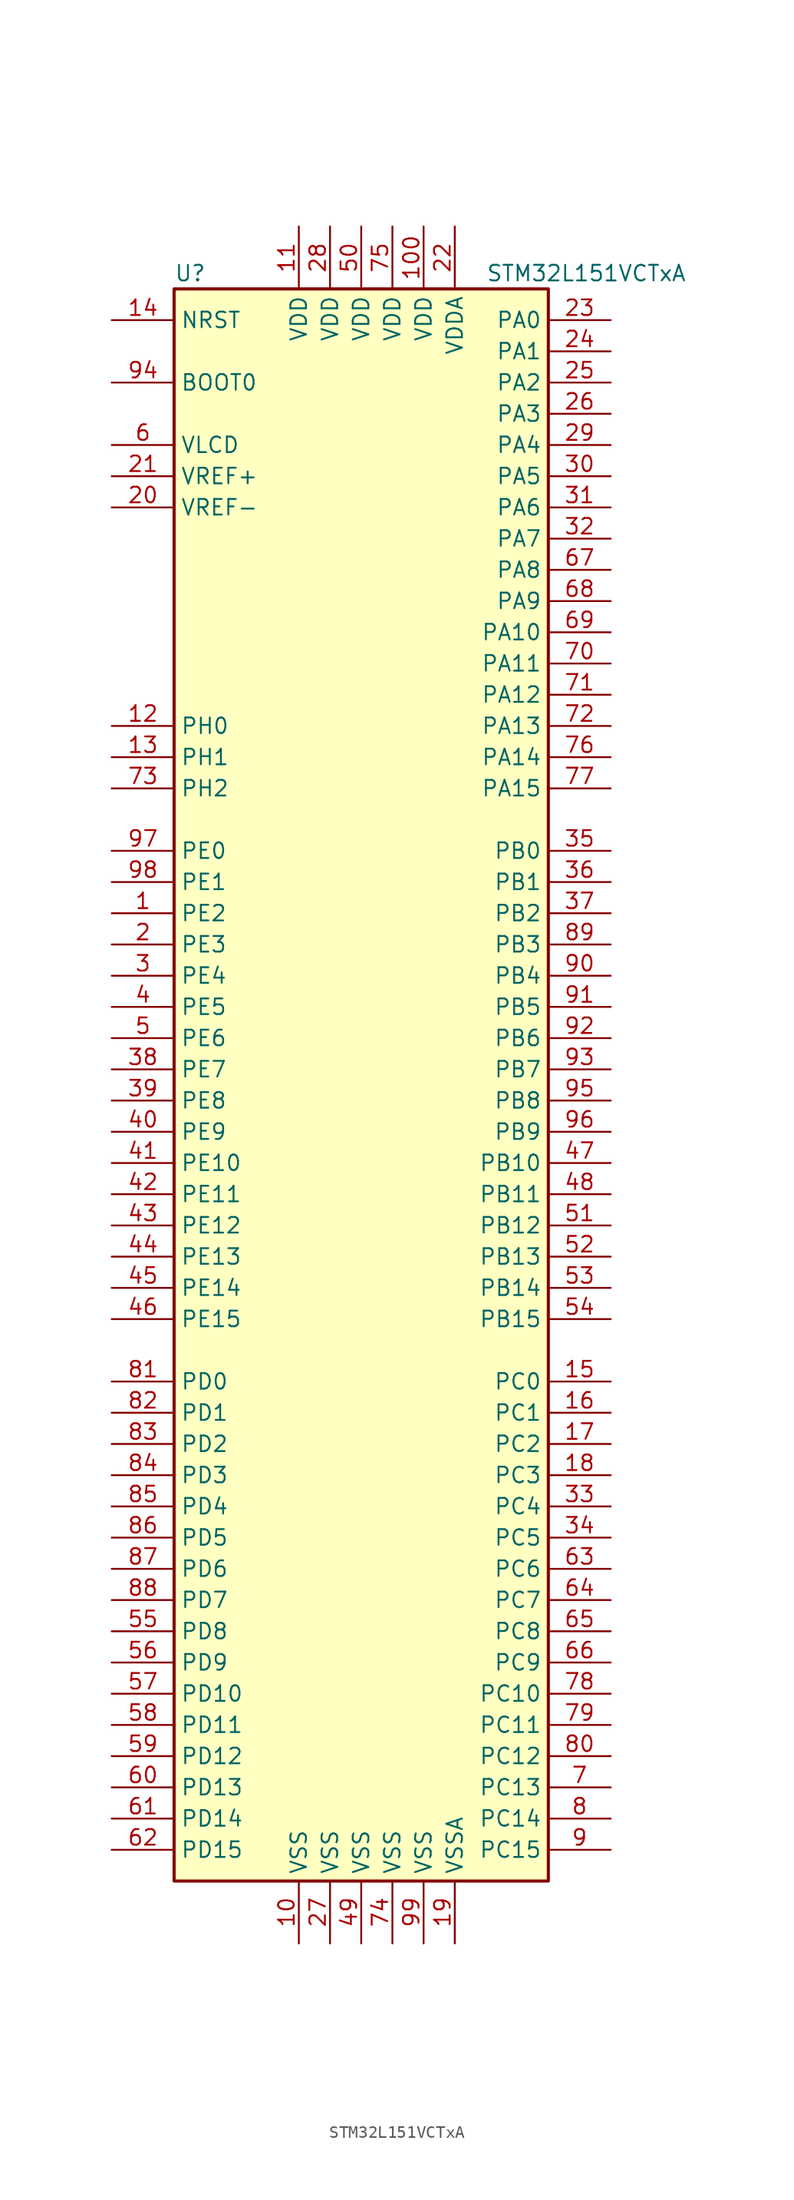
<source format=kicad_sym>
(kicad_symbol_lib
  (version 20211014)
  (generator kicad_symbol_editor)
  (symbol "STM32L151VCTxA"
    (property "Reference" "U"
      (at -15.24 64.77 0)
      (effects (font (size 1.27 1.27)) (justify left)))
    (property "Value" "STM32L151VCTxA"
      (at 10.16 64.77 0)
      (effects (font (size 1.27 1.27)) (justify left)))
    (symbol "STM32L151VCTxA_0_1"
      (rectangle (start -15.24 -66.04) (end 15.24 63.5) (stroke (width 0.254) (type default) (color 0 0 0 0)) (fill (type background))))
    (symbol "STM32L151VCTxA_1_1"
      (pin bidirectional line (at -20.32 12.7 0) (length 5.08) (name "PE2" (effects (font (size 1.27 1.27)))) (number "1" (effects (font (size 1.27 1.27)))))
      (pin power_in line (at -5.08 -71.12 90) (length 5.08) (name "VSS" (effects (font (size 1.27 1.27)))) (number "10" (effects (font (size 1.27 1.27)))))
      (pin power_in line (at 5.08 68.58 270) (length 5.08) (name "VDD" (effects (font (size 1.27 1.27)))) (number "100" (effects (font (size 1.27 1.27)))))
      (pin power_in line (at -5.08 68.58 270) (length 5.08) (name "VDD" (effects (font (size 1.27 1.27)))) (number "11" (effects (font (size 1.27 1.27)))))
      (pin input line (at -20.32 27.94 0) (length 5.08) (name "PH0" (effects (font (size 1.27 1.27)))) (number "12" (effects (font (size 1.27 1.27)))))
      (pin input line (at -20.32 25.4 0) (length 5.08) (name "PH1" (effects (font (size 1.27 1.27)))) (number "13" (effects (font (size 1.27 1.27)))))
      (pin input line (at -20.32 60.96 0) (length 5.08) (name "NRST" (effects (font (size 1.27 1.27)))) (number "14" (effects (font (size 1.27 1.27)))))
      (pin bidirectional line (at 20.32 -25.4 180) (length 5.08) (name "PC0" (effects (font (size 1.27 1.27)))) (number "15" (effects (font (size 1.27 1.27)))))
      (pin bidirectional line (at 20.32 -27.94 180) (length 5.08) (name "PC1" (effects (font (size 1.27 1.27)))) (number "16" (effects (font (size 1.27 1.27)))))
      (pin bidirectional line (at 20.32 -30.48 180) (length 5.08) (name "PC2" (effects (font (size 1.27 1.27)))) (number "17" (effects (font (size 1.27 1.27)))))
      (pin bidirectional line (at 20.32 -33.02 180) (length 5.08) (name "PC3" (effects (font (size 1.27 1.27)))) (number "18" (effects (font (size 1.27 1.27)))))
      (pin power_in line (at 7.62 -71.12 90) (length 5.08) (name "VSSA" (effects (font (size 1.27 1.27)))) (number "19" (effects (font (size 1.27 1.27)))))
      (pin bidirectional line (at -20.32 10.16 0) (length 5.08) (name "PE3" (effects (font (size 1.27 1.27)))) (number "2" (effects (font (size 1.27 1.27)))))
      (pin power_in line (at -20.32 45.72 0) (length 5.08) (name "VREF-" (effects (font (size 1.27 1.27)))) (number "20" (effects (font (size 1.27 1.27)))))
      (pin power_in line (at -20.32 48.26 0) (length 5.08) (name "VREF+" (effects (font (size 1.27 1.27)))) (number "21" (effects (font (size 1.27 1.27)))))
      (pin power_in line (at 7.62 68.58 270) (length 5.08) (name "VDDA" (effects (font (size 1.27 1.27)))) (number "22" (effects (font (size 1.27 1.27)))))
      (pin bidirectional line (at 20.32 60.96 180) (length 5.08) (name "PA0" (effects (font (size 1.27 1.27)))) (number "23" (effects (font (size 1.27 1.27)))))
      (pin bidirectional line (at 20.32 58.42 180) (length 5.08) (name "PA1" (effects (font (size 1.27 1.27)))) (number "24" (effects (font (size 1.27 1.27)))))
      (pin bidirectional line (at 20.32 55.88 180) (length 5.08) (name "PA2" (effects (font (size 1.27 1.27)))) (number "25" (effects (font (size 1.27 1.27)))))
      (pin bidirectional line (at 20.32 53.34 180) (length 5.08) (name "PA3" (effects (font (size 1.27 1.27)))) (number "26" (effects (font (size 1.27 1.27)))))
      (pin power_in line (at -2.54 -71.12 90) (length 5.08) (name "VSS" (effects (font (size 1.27 1.27)))) (number "27" (effects (font (size 1.27 1.27)))))
      (pin power_in line (at -2.54 68.58 270) (length 5.08) (name "VDD" (effects (font (size 1.27 1.27)))) (number "28" (effects (font (size 1.27 1.27)))))
      (pin bidirectional line (at 20.32 50.8 180) (length 5.08) (name "PA4" (effects (font (size 1.27 1.27)))) (number "29" (effects (font (size 1.27 1.27)))))
      (pin bidirectional line (at -20.32 7.62 0) (length 5.08) (name "PE4" (effects (font (size 1.27 1.27)))) (number "3" (effects (font (size 1.27 1.27)))))
      (pin bidirectional line (at 20.32 48.26 180) (length 5.08) (name "PA5" (effects (font (size 1.27 1.27)))) (number "30" (effects (font (size 1.27 1.27)))))
      (pin bidirectional line (at 20.32 45.72 180) (length 5.08) (name "PA6" (effects (font (size 1.27 1.27)))) (number "31" (effects (font (size 1.27 1.27)))))
      (pin bidirectional line (at 20.32 43.18 180) (length 5.08) (name "PA7" (effects (font (size 1.27 1.27)))) (number "32" (effects (font (size 1.27 1.27)))))
      (pin bidirectional line (at 20.32 -35.56 180) (length 5.08) (name "PC4" (effects (font (size 1.27 1.27)))) (number "33" (effects (font (size 1.27 1.27)))))
      (pin bidirectional line (at 20.32 -38.1 180) (length 5.08) (name "PC5" (effects (font (size 1.27 1.27)))) (number "34" (effects (font (size 1.27 1.27)))))
      (pin bidirectional line (at 20.32 17.78 180) (length 5.08) (name "PB0" (effects (font (size 1.27 1.27)))) (number "35" (effects (font (size 1.27 1.27)))))
      (pin bidirectional line (at 20.32 15.24 180) (length 5.08) (name "PB1" (effects (font (size 1.27 1.27)))) (number "36" (effects (font (size 1.27 1.27)))))
      (pin bidirectional line (at 20.32 12.7 180) (length 5.08) (name "PB2" (effects (font (size 1.27 1.27)))) (number "37" (effects (font (size 1.27 1.27)))))
      (pin bidirectional line (at -20.32 0 0) (length 5.08) (name "PE7" (effects (font (size 1.27 1.27)))) (number "38" (effects (font (size 1.27 1.27)))))
      (pin bidirectional line (at -20.32 -2.54 0) (length 5.08) (name "PE8" (effects (font (size 1.27 1.27)))) (number "39" (effects (font (size 1.27 1.27)))))
      (pin bidirectional line (at -20.32 5.08 0) (length 5.08) (name "PE5" (effects (font (size 1.27 1.27)))) (number "4" (effects (font (size 1.27 1.27)))))
      (pin bidirectional line (at -20.32 -5.08 0) (length 5.08) (name "PE9" (effects (font (size 1.27 1.27)))) (number "40" (effects (font (size 1.27 1.27)))))
      (pin bidirectional line (at -20.32 -7.62 0) (length 5.08) (name "PE10" (effects (font (size 1.27 1.27)))) (number "41" (effects (font (size 1.27 1.27)))))
      (pin bidirectional line (at -20.32 -10.16 0) (length 5.08) (name "PE11" (effects (font (size 1.27 1.27)))) (number "42" (effects (font (size 1.27 1.27)))))
      (pin bidirectional line (at -20.32 -12.7 0) (length 5.08) (name "PE12" (effects (font (size 1.27 1.27)))) (number "43" (effects (font (size 1.27 1.27)))))
      (pin bidirectional line (at -20.32 -15.24 0) (length 5.08) (name "PE13" (effects (font (size 1.27 1.27)))) (number "44" (effects (font (size 1.27 1.27)))))
      (pin bidirectional line (at -20.32 -17.78 0) (length 5.08) (name "PE14" (effects (font (size 1.27 1.27)))) (number "45" (effects (font (size 1.27 1.27)))))
      (pin bidirectional line (at -20.32 -20.32 0) (length 5.08) (name "PE15" (effects (font (size 1.27 1.27)))) (number "46" (effects (font (size 1.27 1.27)))))
      (pin bidirectional line (at 20.32 -7.62 180) (length 5.08) (name "PB10" (effects (font (size 1.27 1.27)))) (number "47" (effects (font (size 1.27 1.27)))))
      (pin bidirectional line (at 20.32 -10.16 180) (length 5.08) (name "PB11" (effects (font (size 1.27 1.27)))) (number "48" (effects (font (size 1.27 1.27)))))
      (pin power_in line (at 0 -71.12 90) (length 5.08) (name "VSS" (effects (font (size 1.27 1.27)))) (number "49" (effects (font (size 1.27 1.27)))))
      (pin bidirectional line (at -20.32 2.54 0) (length 5.08) (name "PE6" (effects (font (size 1.27 1.27)))) (number "5" (effects (font (size 1.27 1.27)))))
      (pin power_in line (at 0 68.58 270) (length 5.08) (name "VDD" (effects (font (size 1.27 1.27)))) (number "50" (effects (font (size 1.27 1.27)))))
      (pin bidirectional line (at 20.32 -12.7 180) (length 5.08) (name "PB12" (effects (font (size 1.27 1.27)))) (number "51" (effects (font (size 1.27 1.27)))))
      (pin bidirectional line (at 20.32 -15.24 180) (length 5.08) (name "PB13" (effects (font (size 1.27 1.27)))) (number "52" (effects (font (size 1.27 1.27)))))
      (pin bidirectional line (at 20.32 -17.78 180) (length 5.08) (name "PB14" (effects (font (size 1.27 1.27)))) (number "53" (effects (font (size 1.27 1.27)))))
      (pin bidirectional line (at 20.32 -20.32 180) (length 5.08) (name "PB15" (effects (font (size 1.27 1.27)))) (number "54" (effects (font (size 1.27 1.27)))))
      (pin bidirectional line (at -20.32 -45.72 0) (length 5.08) (name "PD8" (effects (font (size 1.27 1.27)))) (number "55" (effects (font (size 1.27 1.27)))))
      (pin bidirectional line (at -20.32 -48.26 0) (length 5.08) (name "PD9" (effects (font (size 1.27 1.27)))) (number "56" (effects (font (size 1.27 1.27)))))
      (pin bidirectional line (at -20.32 -50.8 0) (length 5.08) (name "PD10" (effects (font (size 1.27 1.27)))) (number "57" (effects (font (size 1.27 1.27)))))
      (pin bidirectional line (at -20.32 -53.34 0) (length 5.08) (name "PD11" (effects (font (size 1.27 1.27)))) (number "58" (effects (font (size 1.27 1.27)))))
      (pin bidirectional line (at -20.32 -55.88 0) (length 5.08) (name "PD12" (effects (font (size 1.27 1.27)))) (number "59" (effects (font (size 1.27 1.27)))))
      (pin power_in line (at -20.32 50.8 0) (length 5.08) (name "VLCD" (effects (font (size 1.27 1.27)))) (number "6" (effects (font (size 1.27 1.27)))))
      (pin bidirectional line (at -20.32 -58.42 0) (length 5.08) (name "PD13" (effects (font (size 1.27 1.27)))) (number "60" (effects (font (size 1.27 1.27)))))
      (pin bidirectional line (at -20.32 -60.96 0) (length 5.08) (name "PD14" (effects (font (size 1.27 1.27)))) (number "61" (effects (font (size 1.27 1.27)))))
      (pin bidirectional line (at -20.32 -63.5 0) (length 5.08) (name "PD15" (effects (font (size 1.27 1.27)))) (number "62" (effects (font (size 1.27 1.27)))))
      (pin bidirectional line (at 20.32 -40.64 180) (length 5.08) (name "PC6" (effects (font (size 1.27 1.27)))) (number "63" (effects (font (size 1.27 1.27)))))
      (pin bidirectional line (at 20.32 -43.18 180) (length 5.08) (name "PC7" (effects (font (size 1.27 1.27)))) (number "64" (effects (font (size 1.27 1.27)))))
      (pin bidirectional line (at 20.32 -45.72 180) (length 5.08) (name "PC8" (effects (font (size 1.27 1.27)))) (number "65" (effects (font (size 1.27 1.27)))))
      (pin bidirectional line (at 20.32 -48.26 180) (length 5.08) (name "PC9" (effects (font (size 1.27 1.27)))) (number "66" (effects (font (size 1.27 1.27)))))
      (pin bidirectional line (at 20.32 40.64 180) (length 5.08) (name "PA8" (effects (font (size 1.27 1.27)))) (number "67" (effects (font (size 1.27 1.27)))))
      (pin bidirectional line (at 20.32 38.1 180) (length 5.08) (name "PA9" (effects (font (size 1.27 1.27)))) (number "68" (effects (font (size 1.27 1.27)))))
      (pin bidirectional line (at 20.32 35.56 180) (length 5.08) (name "PA10" (effects (font (size 1.27 1.27)))) (number "69" (effects (font (size 1.27 1.27)))))
      (pin bidirectional line (at 20.32 -58.42 180) (length 5.08) (name "PC13" (effects (font (size 1.27 1.27)))) (number "7" (effects (font (size 1.27 1.27)))))
      (pin bidirectional line (at 20.32 33.02 180) (length 5.08) (name "PA11" (effects (font (size 1.27 1.27)))) (number "70" (effects (font (size 1.27 1.27)))))
      (pin bidirectional line (at 20.32 30.48 180) (length 5.08) (name "PA12" (effects (font (size 1.27 1.27)))) (number "71" (effects (font (size 1.27 1.27)))))
      (pin bidirectional line (at 20.32 27.94 180) (length 5.08) (name "PA13" (effects (font (size 1.27 1.27)))) (number "72" (effects (font (size 1.27 1.27)))))
      (pin bidirectional line (at -20.32 22.86 0) (length 5.08) (name "PH2" (effects (font (size 1.27 1.27)))) (number "73" (effects (font (size 1.27 1.27)))))
      (pin power_in line (at 2.54 -71.12 90) (length 5.08) (name "VSS" (effects (font (size 1.27 1.27)))) (number "74" (effects (font (size 1.27 1.27)))))
      (pin power_in line (at 2.54 68.58 270) (length 5.08) (name "VDD" (effects (font (size 1.27 1.27)))) (number "75" (effects (font (size 1.27 1.27)))))
      (pin bidirectional line (at 20.32 25.4 180) (length 5.08) (name "PA14" (effects (font (size 1.27 1.27)))) (number "76" (effects (font (size 1.27 1.27)))))
      (pin bidirectional line (at 20.32 22.86 180) (length 5.08) (name "PA15" (effects (font (size 1.27 1.27)))) (number "77" (effects (font (size 1.27 1.27)))))
      (pin bidirectional line (at 20.32 -50.8 180) (length 5.08) (name "PC10" (effects (font (size 1.27 1.27)))) (number "78" (effects (font (size 1.27 1.27)))))
      (pin bidirectional line (at 20.32 -53.34 180) (length 5.08) (name "PC11" (effects (font (size 1.27 1.27)))) (number "79" (effects (font (size 1.27 1.27)))))
      (pin bidirectional line (at 20.32 -60.96 180) (length 5.08) (name "PC14" (effects (font (size 1.27 1.27)))) (number "8" (effects (font (size 1.27 1.27)))))
      (pin bidirectional line (at 20.32 -55.88 180) (length 5.08) (name "PC12" (effects (font (size 1.27 1.27)))) (number "80" (effects (font (size 1.27 1.27)))))
      (pin bidirectional line (at -20.32 -25.4 0) (length 5.08) (name "PD0" (effects (font (size 1.27 1.27)))) (number "81" (effects (font (size 1.27 1.27)))))
      (pin bidirectional line (at -20.32 -27.94 0) (length 5.08) (name "PD1" (effects (font (size 1.27 1.27)))) (number "82" (effects (font (size 1.27 1.27)))))
      (pin bidirectional line (at -20.32 -30.48 0) (length 5.08) (name "PD2" (effects (font (size 1.27 1.27)))) (number "83" (effects (font (size 1.27 1.27)))))
      (pin bidirectional line (at -20.32 -33.02 0) (length 5.08) (name "PD3" (effects (font (size 1.27 1.27)))) (number "84" (effects (font (size 1.27 1.27)))))
      (pin bidirectional line (at -20.32 -35.56 0) (length 5.08) (name "PD4" (effects (font (size 1.27 1.27)))) (number "85" (effects (font (size 1.27 1.27)))))
      (pin bidirectional line (at -20.32 -38.1 0) (length 5.08) (name "PD5" (effects (font (size 1.27 1.27)))) (number "86" (effects (font (size 1.27 1.27)))))
      (pin bidirectional line (at -20.32 -40.64 0) (length 5.08) (name "PD6" (effects (font (size 1.27 1.27)))) (number "87" (effects (font (size 1.27 1.27)))))
      (pin bidirectional line (at -20.32 -43.18 0) (length 5.08) (name "PD7" (effects (font (size 1.27 1.27)))) (number "88" (effects (font (size 1.27 1.27)))))
      (pin bidirectional line (at 20.32 10.16 180) (length 5.08) (name "PB3" (effects (font (size 1.27 1.27)))) (number "89" (effects (font (size 1.27 1.27)))))
      (pin bidirectional line (at 20.32 -63.5 180) (length 5.08) (name "PC15" (effects (font (size 1.27 1.27)))) (number "9" (effects (font (size 1.27 1.27)))))
      (pin bidirectional line (at 20.32 7.62 180) (length 5.08) (name "PB4" (effects (font (size 1.27 1.27)))) (number "90" (effects (font (size 1.27 1.27)))))
      (pin bidirectional line (at 20.32 5.08 180) (length 5.08) (name "PB5" (effects (font (size 1.27 1.27)))) (number "91" (effects (font (size 1.27 1.27)))))
      (pin bidirectional line (at 20.32 2.54 180) (length 5.08) (name "PB6" (effects (font (size 1.27 1.27)))) (number "92" (effects (font (size 1.27 1.27)))))
      (pin bidirectional line (at 20.32 0 180) (length 5.08) (name "PB7" (effects (font (size 1.27 1.27)))) (number "93" (effects (font (size 1.27 1.27)))))
      (pin input line (at -20.32 55.88 0) (length 5.08) (name "BOOT0" (effects (font (size 1.27 1.27)))) (number "94" (effects (font (size 1.27 1.27)))))
      (pin bidirectional line (at 20.32 -2.54 180) (length 5.08) (name "PB8" (effects (font (size 1.27 1.27)))) (number "95" (effects (font (size 1.27 1.27)))))
      (pin bidirectional line (at 20.32 -5.08 180) (length 5.08) (name "PB9" (effects (font (size 1.27 1.27)))) (number "96" (effects (font (size 1.27 1.27)))))
      (pin bidirectional line (at -20.32 17.78 0) (length 5.08) (name "PE0" (effects (font (size 1.27 1.27)))) (number "97" (effects (font (size 1.27 1.27)))))
      (pin bidirectional line (at -20.32 15.24 0) (length 5.08) (name "PE1" (effects (font (size 1.27 1.27)))) (number "98" (effects (font (size 1.27 1.27)))))
      (pin power_in line (at 5.08 -71.12 90) (length 5.08) (name "VSS" (effects (font (size 1.27 1.27)))) (number "99" (effects (font (size 1.27 1.27))))))))
</source>
